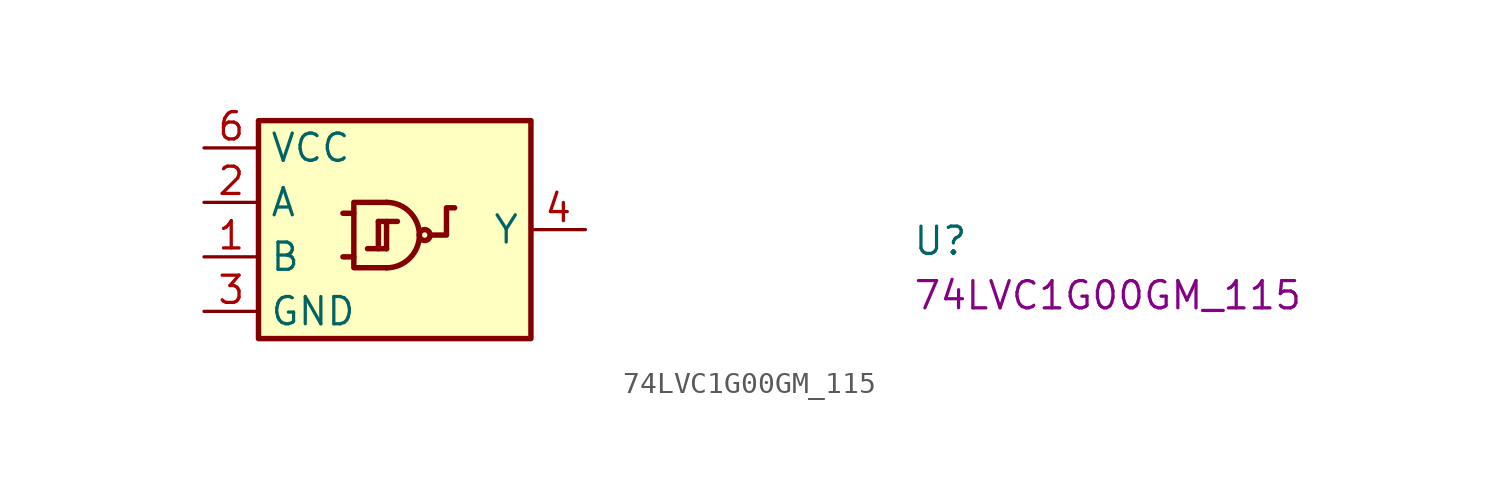
<source format=kicad_sym>
(kicad_symbol_lib
  (version 20220914)
  (generator kicad_symbol_editor)
  (symbol "74LVC1G00GM_115"
    (property "Reference" "U"
      (at 33.02 -5.08 0)
      (effects (font (size 1.27 1.27) (thickness 0.15)) (justify left bottom)))
    (property "MPN" "74LVC1G00GM_115"
      (at 33.02 -7.62 0)
      (effects (font (size 1.27 1.27) (thickness 0.15)) (justify left bottom)))
    (symbol "74LVC1G00GM_115_1_1"
      (polyline (pts (xy 6.985 -5.08) (xy 6.477 -5.08)) (stroke (width 0.254) (type default)) (fill (type background)))
      (polyline (pts (xy 6.985 -3.048) (xy 6.477 -3.048)) (stroke (width 0.254) (type default)) (fill (type background)))
      (polyline (pts (xy 8.128 -3.429) (xy 8.128 -4.699)) (stroke (width 0.254) (type default)) (fill (type background)))
      (polyline (pts (xy 8.509 -4.699) (xy 7.62 -4.699)) (stroke (width 0.254) (type default)) (fill (type background)))
      (polyline (pts (xy 8.509 -3.429) (xy 8.509 -4.699)) (stroke (width 0.254) (type default)) (fill (type background)))
      (polyline (pts (xy 9.017 -3.429) (xy 8.128 -3.429)) (stroke (width 0.254) (type default)) (fill (type background)))
      (polyline (pts (xy 8.509 -2.54) (xy 6.985 -2.54) (xy 6.985 -5.588) (xy 8.509 -5.588)) (stroke (width 0.254) (type default)) (fill (type background)))
      (polyline (pts (xy 10.668 -4.064) (xy 11.303 -4.064) (xy 11.303 -2.794) (xy 11.684 -2.794)) (stroke (width 0.254) (type default)) (fill (type background)))
      (rectangle (start 2.54 1.27) (end 15.24 -8.89) (stroke (width 0.254) (type default)) (fill (type background)))
      (arc (start 8.509 -5.588) (mid 9.592 -5.1381) (end 10.0415 -4.0555) (stroke (width 0.254) (type default)) (fill (type background)))
      (arc (start 10.0415 -4.0555) (mid 9.586 -2.9833) (end 8.509 -2.54) (stroke (width 0.254) (type default)) (fill (type background)))
      (circle (center 10.287 -4.064) (radius 0.254) (stroke (width 0.254) (type default)) (fill (type background)))
      (text "" (at 2.54 -3.048 0) (effects (font (size 1.27 1.27) (thickness 0.15)) (justify left bottom)))
      (pin input line (at 0 -5.08 0) (length 2.54) (name "B" (effects (font (size 1.27 1.27)))) (number "1" (effects (font (size 1.27 1.27)))))
      (pin input line (at 0 -2.54 0) (length 2.54) (name "A" (effects (font (size 1.27 1.27)))) (number "2" (effects (font (size 1.27 1.27)))))
      (pin power_in line (at 0 -7.62 0) (length 2.54) (name "GND" (effects (font (size 1.27 1.27)))) (number "3" (effects (font (size 1.27 1.27)))))
      (pin output line (at 17.78 -3.81 180) (length 2.54) (name "Y" (effects (font (size 1.27 1.27)))) (number "4" (effects (font (size 1.27 1.27)))))
      (pin no_connect line (at 15.24 -7.62 180) (length 2.54) hide (name "NC" (effects (font (size 1.27 1.27)))) (number "5" (effects (font (size 1.27 1.27)))))
      (pin power_in line (at 0 0 0) (length 2.54) (name "VCC" (effects (font (size 1.27 1.27)))) (number "6" (effects (font (size 1.27 1.27))))))))
</source>
